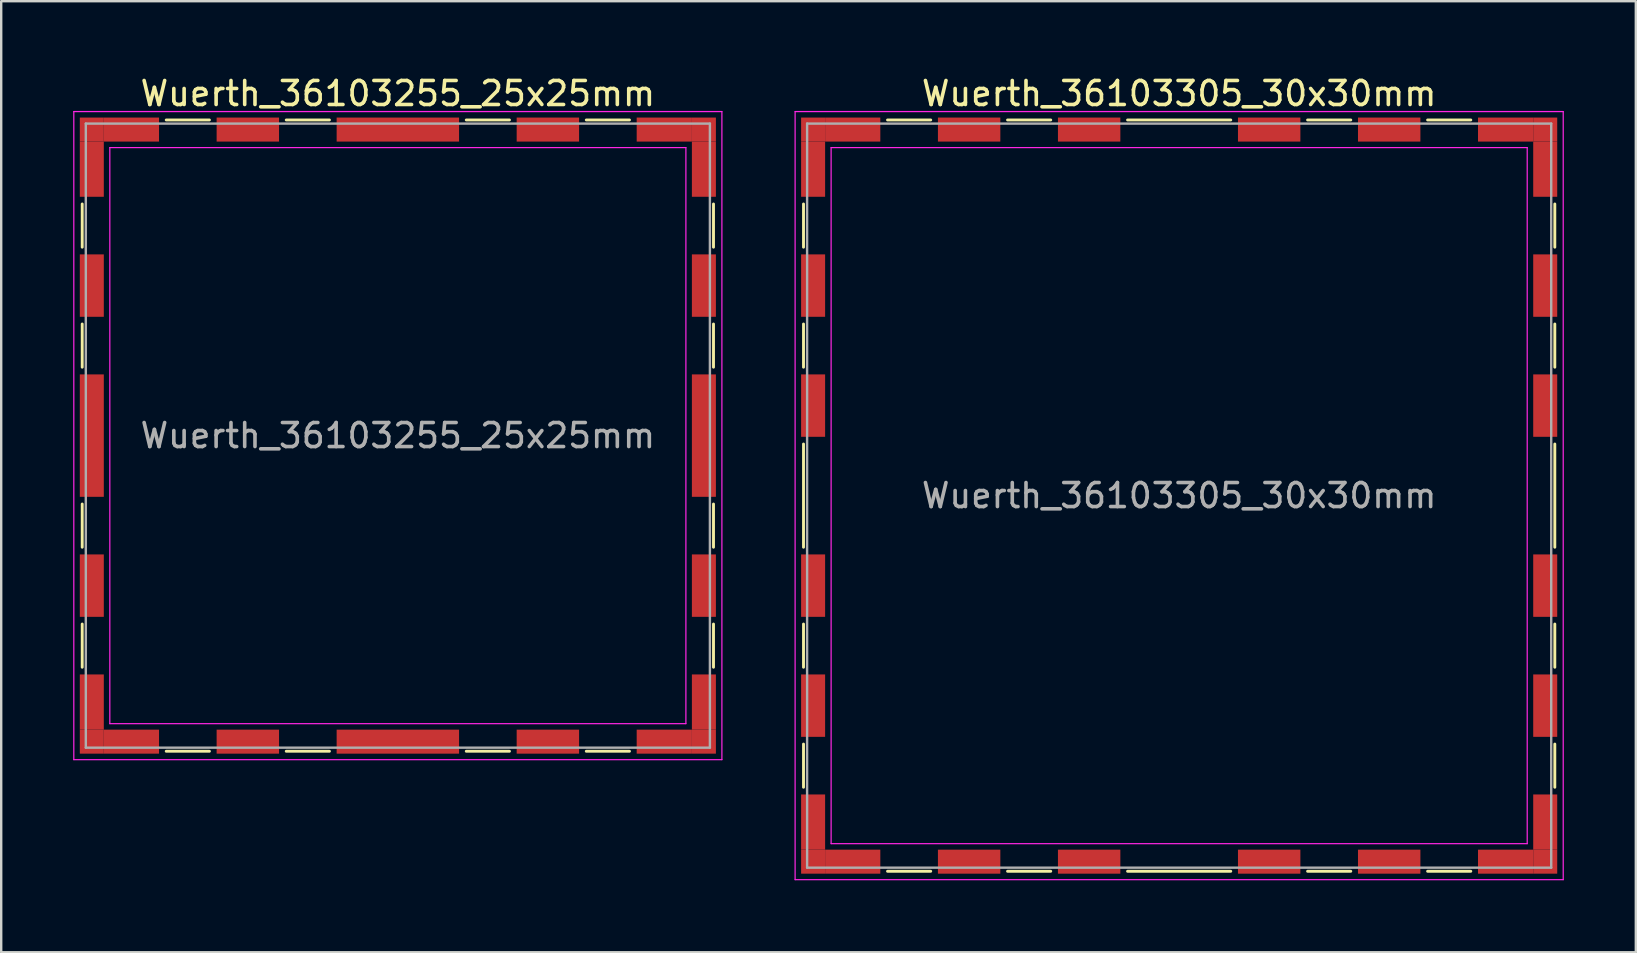
<source format=kicad_pcb>
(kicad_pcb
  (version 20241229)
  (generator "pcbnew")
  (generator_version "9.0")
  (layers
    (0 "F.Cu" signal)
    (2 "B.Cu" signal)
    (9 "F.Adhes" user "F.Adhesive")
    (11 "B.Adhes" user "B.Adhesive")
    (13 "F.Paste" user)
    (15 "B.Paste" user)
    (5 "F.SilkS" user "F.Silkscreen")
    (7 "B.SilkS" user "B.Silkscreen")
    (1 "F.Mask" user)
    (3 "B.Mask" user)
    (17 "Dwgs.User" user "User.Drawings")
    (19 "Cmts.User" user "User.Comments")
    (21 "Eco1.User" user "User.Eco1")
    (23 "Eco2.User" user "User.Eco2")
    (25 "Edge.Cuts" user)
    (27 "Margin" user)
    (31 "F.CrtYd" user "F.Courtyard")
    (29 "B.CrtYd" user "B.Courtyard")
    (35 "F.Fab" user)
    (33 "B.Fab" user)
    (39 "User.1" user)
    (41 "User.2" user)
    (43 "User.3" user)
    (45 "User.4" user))
  (footprint "Wuerth_36103255_25x25mm"
    (layer "F.Cu")
    (at 13.525 15.098)
    (property "Reference" "Wuerth_36103255_25x25mm" (at 0 -14.25 0) (layer "F.SilkS") (effects (font (size 1 1) (thickness 0.15))))
    (attr smd)
    (fp_line (start -13.15 -9.65) (end -13.15 -7.85) (stroke (width 0.12) (type solid)) (layer "F.SilkS"))
    (fp_line (start -13.15 -4.65) (end -13.15 -2.85) (stroke (width 0.12) (type solid)) (layer "F.SilkS"))
    (fp_line (start -13.15 2.85) (end -13.15 4.65) (stroke (width 0.12) (type solid)) (layer "F.SilkS"))
    (fp_line (start -13.15 7.85) (end -13.15 9.65) (stroke (width 0.12) (type solid)) (layer "F.SilkS"))
    (fp_line (start -9.65 -13.15) (end -7.85 -13.15) (stroke (width 0.12) (type solid)) (layer "F.SilkS"))
    (fp_line (start -9.65 13.15) (end -7.85 13.15) (stroke (width 0.12) (type solid)) (layer "F.SilkS"))
    (fp_line (start -4.65 -13.15) (end -2.85 -13.15) (stroke (width 0.12) (type solid)) (layer "F.SilkS"))
    (fp_line (start -4.65 13.15) (end -2.85 13.15) (stroke (width 0.12) (type solid)) (layer "F.SilkS"))
    (fp_line (start 2.85 -13.15) (end 4.65 -13.15) (stroke (width 0.12) (type solid)) (layer "F.SilkS"))
    (fp_line (start 2.85 13.15) (end 4.65 13.15) (stroke (width 0.12) (type solid)) (layer "F.SilkS"))
    (fp_line (start 7.85 -13.15) (end 9.65 -13.15) (stroke (width 0.12) (type solid)) (layer "F.SilkS"))
    (fp_line (start 7.85 13.15) (end 9.65 13.15) (stroke (width 0.12) (type solid)) (layer "F.SilkS"))
    (fp_line (start 13.15 -9.65) (end 13.15 -7.85) (stroke (width 0.12) (type solid)) (layer "F.SilkS"))
    (fp_line (start 13.15 -4.65) (end 13.15 -2.85) (stroke (width 0.12) (type solid)) (layer "F.SilkS"))
    (fp_line (start 13.15 2.85) (end 13.15 4.65) (stroke (width 0.12) (type solid)) (layer "F.SilkS"))
    (fp_line (start 13.15 7.85) (end 13.15 9.65) (stroke (width 0.12) (type solid)) (layer "F.SilkS"))
    (fp_line (start -13.5 -13.5) (end -13.5 13.5) (stroke (width 0.05) (type solid)) (layer "F.CrtYd"))
    (fp_line (start -13.5 13.5) (end 13.5 13.5) (stroke (width 0.05) (type solid)) (layer "F.CrtYd"))
    (fp_line (start -12 -12) (end -12 12) (stroke (width 0.05) (type solid)) (layer "F.CrtYd"))
    (fp_line (start -12 12) (end 12 12) (stroke (width 0.05) (type solid)) (layer "F.CrtYd"))
    (fp_line (start 12 -12) (end -12 -12) (stroke (width 0.05) (type solid)) (layer "F.CrtYd"))
    (fp_line (start 12 12) (end 12 -12) (stroke (width 0.05) (type solid)) (layer "F.CrtYd"))
    (fp_line (start 13.5 -13.5) (end -13.5 -13.5) (stroke (width 0.05) (type solid)) (layer "F.CrtYd"))
    (fp_line (start 13.5 13.5) (end 13.5 -13.5) (stroke (width 0.05) (type solid)) (layer "F.CrtYd"))
    (fp_line (start -13 -13) (end -13 13) (stroke (width 0.1) (type solid)) (layer "F.Fab"))
    (fp_line (start -13 13) (end 13 13) (stroke (width 0.1) (type solid)) (layer "F.Fab"))
    (fp_line (start 13 -13) (end -13 -13) (stroke (width 0.1) (type solid)) (layer "F.Fab"))
    (fp_line (start 13 13) (end 13 -13) (stroke (width 0.1) (type solid)) (layer "F.Fab"))
    (fp_text user "${REFERENCE}" (at 0 0 0) (layer "F.Fab") (effects (font (size 1 1) (thickness 0.15))))
    (pad "1" smd rect (at -12.75 -12.75) (size 1 1) (layers "F.Cu" "F.Mask" "F.Paste"))
    (pad "1" smd rect (at -12.75 -11.1) (size 1 2.3) (layers "F.Cu" "F.Mask" "F.Paste"))
    (pad "1" smd rect (at -12.75 -6.25) (size 1 2.6) (layers "F.Cu" "F.Mask" "F.Paste"))
    (pad "1" smd rect (at -12.75 0) (size 1 5.1) (layers "F.Cu" "F.Mask" "F.Paste"))
    (pad "1" smd rect (at -12.75 6.25) (size 1 2.6) (layers "F.Cu" "F.Mask" "F.Paste"))
    (pad "1" smd rect (at -12.75 11.1) (size 1 2.3) (layers "F.Cu" "F.Mask" "F.Paste"))
    (pad "1" smd rect (at -12.75 12.75) (size 1 1) (layers "F.Cu" "F.Mask" "F.Paste"))
    (pad "1" smd rect (at -11.1 -12.75) (size 2.3 1) (layers "F.Cu" "F.Mask" "F.Paste"))
    (pad "1" smd rect (at -11.1 12.75) (size 2.3 1) (layers "F.Cu" "F.Mask" "F.Paste"))
    (pad "1" smd rect (at -6.25 -12.75) (size 2.6 1) (layers "F.Cu" "F.Mask" "F.Paste"))
    (pad "1" smd rect (at -6.25 12.75) (size 2.6 1) (layers "F.Cu" "F.Mask" "F.Paste"))
    (pad "1" smd rect (at 0 -12.75) (size 5.1 1) (layers "F.Cu" "F.Mask" "F.Paste"))
    (pad "1" smd rect (at 0 12.75) (size 5.1 1) (layers "F.Cu" "F.Mask" "F.Paste"))
    (pad "1" smd rect (at 6.25 -12.75) (size 2.6 1) (layers "F.Cu" "F.Mask" "F.Paste"))
    (pad "1" smd rect (at 6.25 12.75) (size 2.6 1) (layers "F.Cu" "F.Mask" "F.Paste"))
    (pad "1" smd rect (at 11.1 -12.75) (size 2.3 1) (layers "F.Cu" "F.Mask" "F.Paste"))
    (pad "1" smd rect (at 11.1 12.75) (size 2.3 1) (layers "F.Cu" "F.Mask" "F.Paste"))
    (pad "1" smd rect (at 12.75 -12.75) (size 1 1) (layers "F.Cu" "F.Mask" "F.Paste"))
    (pad "1" smd rect (at 12.75 -11.1) (size 1 2.3) (layers "F.Cu" "F.Mask" "F.Paste"))
    (pad "1" smd rect (at 12.75 -6.25) (size 1 2.6) (layers "F.Cu" "F.Mask" "F.Paste"))
    (pad "1" smd rect (at 12.75 0) (size 1 5.1) (layers "F.Cu" "F.Mask" "F.Paste"))
    (pad "1" smd rect (at 12.75 6.25) (size 1 2.6) (layers "F.Cu" "F.Mask" "F.Paste"))
    (pad "1" smd rect (at 12.75 11.1) (size 1 2.3) (layers "F.Cu" "F.Mask" "F.Paste"))
    (pad "1" smd rect (at 12.75 12.75) (size 1 1) (layers "F.Cu" "F.Mask" "F.Paste")))
  (footprint "Wuerth_36103305_30x30mm"
    (layer "F.Cu")
    (at 46.075 17.598)
    (property "Reference" "Wuerth_36103305_30x30mm" (at 0 -16.75 0) (layer "F.SilkS") (effects (font (size 1 1) (thickness 0.15))))
    (attr smd)
    (fp_line (start -15.65 -12.15) (end -15.65 -10.35) (stroke (width 0.12) (type solid)) (layer "F.SilkS"))
    (fp_line (start -15.65 -7.15) (end -15.65 -5.35) (stroke (width 0.12) (type solid)) (layer "F.SilkS"))
    (fp_line (start -15.65 -2.15) (end -15.65 2.15) (stroke (width 0.12) (type solid)) (layer "F.SilkS"))
    (fp_line (start -15.65 5.35) (end -15.65 7.15) (stroke (width 0.12) (type solid)) (layer "F.SilkS"))
    (fp_line (start -15.65 10.35) (end -15.65 12.15) (stroke (width 0.12) (type solid)) (layer "F.SilkS"))
    (fp_line (start -12.15 -15.65) (end -10.35 -15.65) (stroke (width 0.12) (type solid)) (layer "F.SilkS"))
    (fp_line (start -12.15 15.65) (end -10.35 15.65) (stroke (width 0.12) (type solid)) (layer "F.SilkS"))
    (fp_line (start -7.15 -15.65) (end -5.35 -15.65) (stroke (width 0.12) (type solid)) (layer "F.SilkS"))
    (fp_line (start -7.15 15.65) (end -5.35 15.65) (stroke (width 0.12) (type solid)) (layer "F.SilkS"))
    (fp_line (start -2.15 -15.65) (end 2.15 -15.65) (stroke (width 0.12) (type solid)) (layer "F.SilkS"))
    (fp_line (start -2.15 15.65) (end 2.15 15.65) (stroke (width 0.12) (type solid)) (layer "F.SilkS"))
    (fp_line (start 5.35 -15.65) (end 7.15 -15.65) (stroke (width 0.12) (type solid)) (layer "F.SilkS"))
    (fp_line (start 5.35 15.65) (end 7.15 15.65) (stroke (width 0.12) (type solid)) (layer "F.SilkS"))
    (fp_line (start 10.35 -15.65) (end 12.15 -15.65) (stroke (width 0.12) (type solid)) (layer "F.SilkS"))
    (fp_line (start 10.35 15.65) (end 12.15 15.65) (stroke (width 0.12) (type solid)) (layer "F.SilkS"))
    (fp_line (start 15.65 -12.15) (end 15.65 -10.35) (stroke (width 0.12) (type solid)) (layer "F.SilkS"))
    (fp_line (start 15.65 -7.15) (end 15.65 -5.35) (stroke (width 0.12) (type solid)) (layer "F.SilkS"))
    (fp_line (start 15.65 -2.15) (end 15.65 2.15) (stroke (width 0.12) (type solid)) (layer "F.SilkS"))
    (fp_line (start 15.65 5.35) (end 15.65 7.15) (stroke (width 0.12) (type solid)) (layer "F.SilkS"))
    (fp_line (start 15.65 10.35) (end 15.65 12.15) (stroke (width 0.12) (type solid)) (layer "F.SilkS"))
    (fp_line (start -16 -16) (end -16 16) (stroke (width 0.05) (type solid)) (layer "F.CrtYd"))
    (fp_line (start -16 16) (end 16 16) (stroke (width 0.05) (type solid)) (layer "F.CrtYd"))
    (fp_line (start -14.5 -14.5) (end -14.5 14.5) (stroke (width 0.05) (type solid)) (layer "F.CrtYd"))
    (fp_line (start -14.5 14.5) (end 14.5 14.5) (stroke (width 0.05) (type solid)) (layer "F.CrtYd"))
    (fp_line (start 14.5 -14.5) (end -14.5 -14.5) (stroke (width 0.05) (type solid)) (layer "F.CrtYd"))
    (fp_line (start 14.5 14.5) (end 14.5 -14.5) (stroke (width 0.05) (type solid)) (layer "F.CrtYd"))
    (fp_line (start 16 -16) (end -16 -16) (stroke (width 0.05) (type solid)) (layer "F.CrtYd"))
    (fp_line (start 16 16) (end 16 -16) (stroke (width 0.05) (type solid)) (layer "F.CrtYd"))
    (fp_line (start -15.5 -15.5) (end -15.5 15.5) (stroke (width 0.1) (type solid)) (layer "F.Fab"))
    (fp_line (start -15.5 15.5) (end 15.5 15.5) (stroke (width 0.1) (type solid)) (layer "F.Fab"))
    (fp_line (start 15.5 -15.5) (end -15.5 -15.5) (stroke (width 0.1) (type solid)) (layer "F.Fab"))
    (fp_line (start 15.5 15.5) (end 15.5 -15.5) (stroke (width 0.1) (type solid)) (layer "F.Fab"))
    (fp_text user "${REFERENCE}" (at 0 0 0) (layer "F.Fab") (effects (font (size 1 1) (thickness 0.15))))
    (pad "1" smd rect (at -15.25 -15.25) (size 1 1) (layers "F.Cu" "F.Mask" "F.Paste"))
    (pad "1" smd rect (at -15.25 -13.6) (size 1 2.3) (layers "F.Cu" "F.Mask" "F.Paste"))
    (pad "1" smd rect (at -15.25 -8.75) (size 1 2.6) (layers "F.Cu" "F.Mask" "F.Paste"))
    (pad "1" smd rect (at -15.25 -3.75) (size 1 2.6) (layers "F.Cu" "F.Mask" "F.Paste"))
    (pad "1" smd rect (at -15.25 3.75) (size 1 2.6) (layers "F.Cu" "F.Mask" "F.Paste"))
    (pad "1" smd rect (at -15.25 8.75) (size 1 2.6) (layers "F.Cu" "F.Mask" "F.Paste"))
    (pad "1" smd rect (at -15.25 13.6) (size 1 2.3) (layers "F.Cu" "F.Mask" "F.Paste"))
    (pad "1" smd rect (at -15.25 15.25) (size 1 1) (layers "F.Cu" "F.Mask" "F.Paste"))
    (pad "1" smd rect (at -13.6 -15.25) (size 2.3 1) (layers "F.Cu" "F.Mask" "F.Paste"))
    (pad "1" smd rect (at -13.6 15.25) (size 2.3 1) (layers "F.Cu" "F.Mask" "F.Paste"))
    (pad "1" smd rect (at -8.75 -15.25) (size 2.6 1) (layers "F.Cu" "F.Mask" "F.Paste"))
    (pad "1" smd rect (at -8.75 15.25) (size 2.6 1) (layers "F.Cu" "F.Mask" "F.Paste"))
    (pad "1" smd rect (at -3.75 -15.25) (size 2.6 1) (layers "F.Cu" "F.Mask" "F.Paste"))
    (pad "1" smd rect (at -3.75 15.25) (size 2.6 1) (layers "F.Cu" "F.Mask" "F.Paste"))
    (pad "1" smd rect (at 3.75 -15.25) (size 2.6 1) (layers "F.Cu" "F.Mask" "F.Paste"))
    (pad "1" smd rect (at 3.75 15.25) (size 2.6 1) (layers "F.Cu" "F.Mask" "F.Paste"))
    (pad "1" smd rect (at 8.75 -15.25) (size 2.6 1) (layers "F.Cu" "F.Mask" "F.Paste"))
    (pad "1" smd rect (at 8.75 15.25) (size 2.6 1) (layers "F.Cu" "F.Mask" "F.Paste"))
    (pad "1" smd rect (at 13.6 -15.25) (size 2.3 1) (layers "F.Cu" "F.Mask" "F.Paste"))
    (pad "1" smd rect (at 13.6 15.25) (size 2.3 1) (layers "F.Cu" "F.Mask" "F.Paste"))
    (pad "1" smd rect (at 15.25 -15.25) (size 1 1) (layers "F.Cu" "F.Mask" "F.Paste"))
    (pad "1" smd rect (at 15.25 -13.6) (size 1 2.3) (layers "F.Cu" "F.Mask" "F.Paste"))
    (pad "1" smd rect (at 15.25 -8.75) (size 1 2.6) (layers "F.Cu" "F.Mask" "F.Paste"))
    (pad "1" smd rect (at 15.25 -3.75) (size 1 2.6) (layers "F.Cu" "F.Mask" "F.Paste"))
    (pad "1" smd rect (at 15.25 3.75) (size 1 2.6) (layers "F.Cu" "F.Mask" "F.Paste"))
    (pad "1" smd rect (at 15.25 8.75) (size 1 2.6) (layers "F.Cu" "F.Mask" "F.Paste"))
    (pad "1" smd rect (at 15.25 13.6) (size 1 2.3) (layers "F.Cu" "F.Mask" "F.Paste"))
    (pad "1" smd rect (at 15.25 15.25) (size 1 1) (layers "F.Cu" "F.Mask" "F.Paste")))
  (gr_rect
    (start -3 -3)
    (end 65.1 36.623)
    (stroke (width 0.1) (type default))
    (fill no)
    (layer "Edge.Cuts")))
</source>
